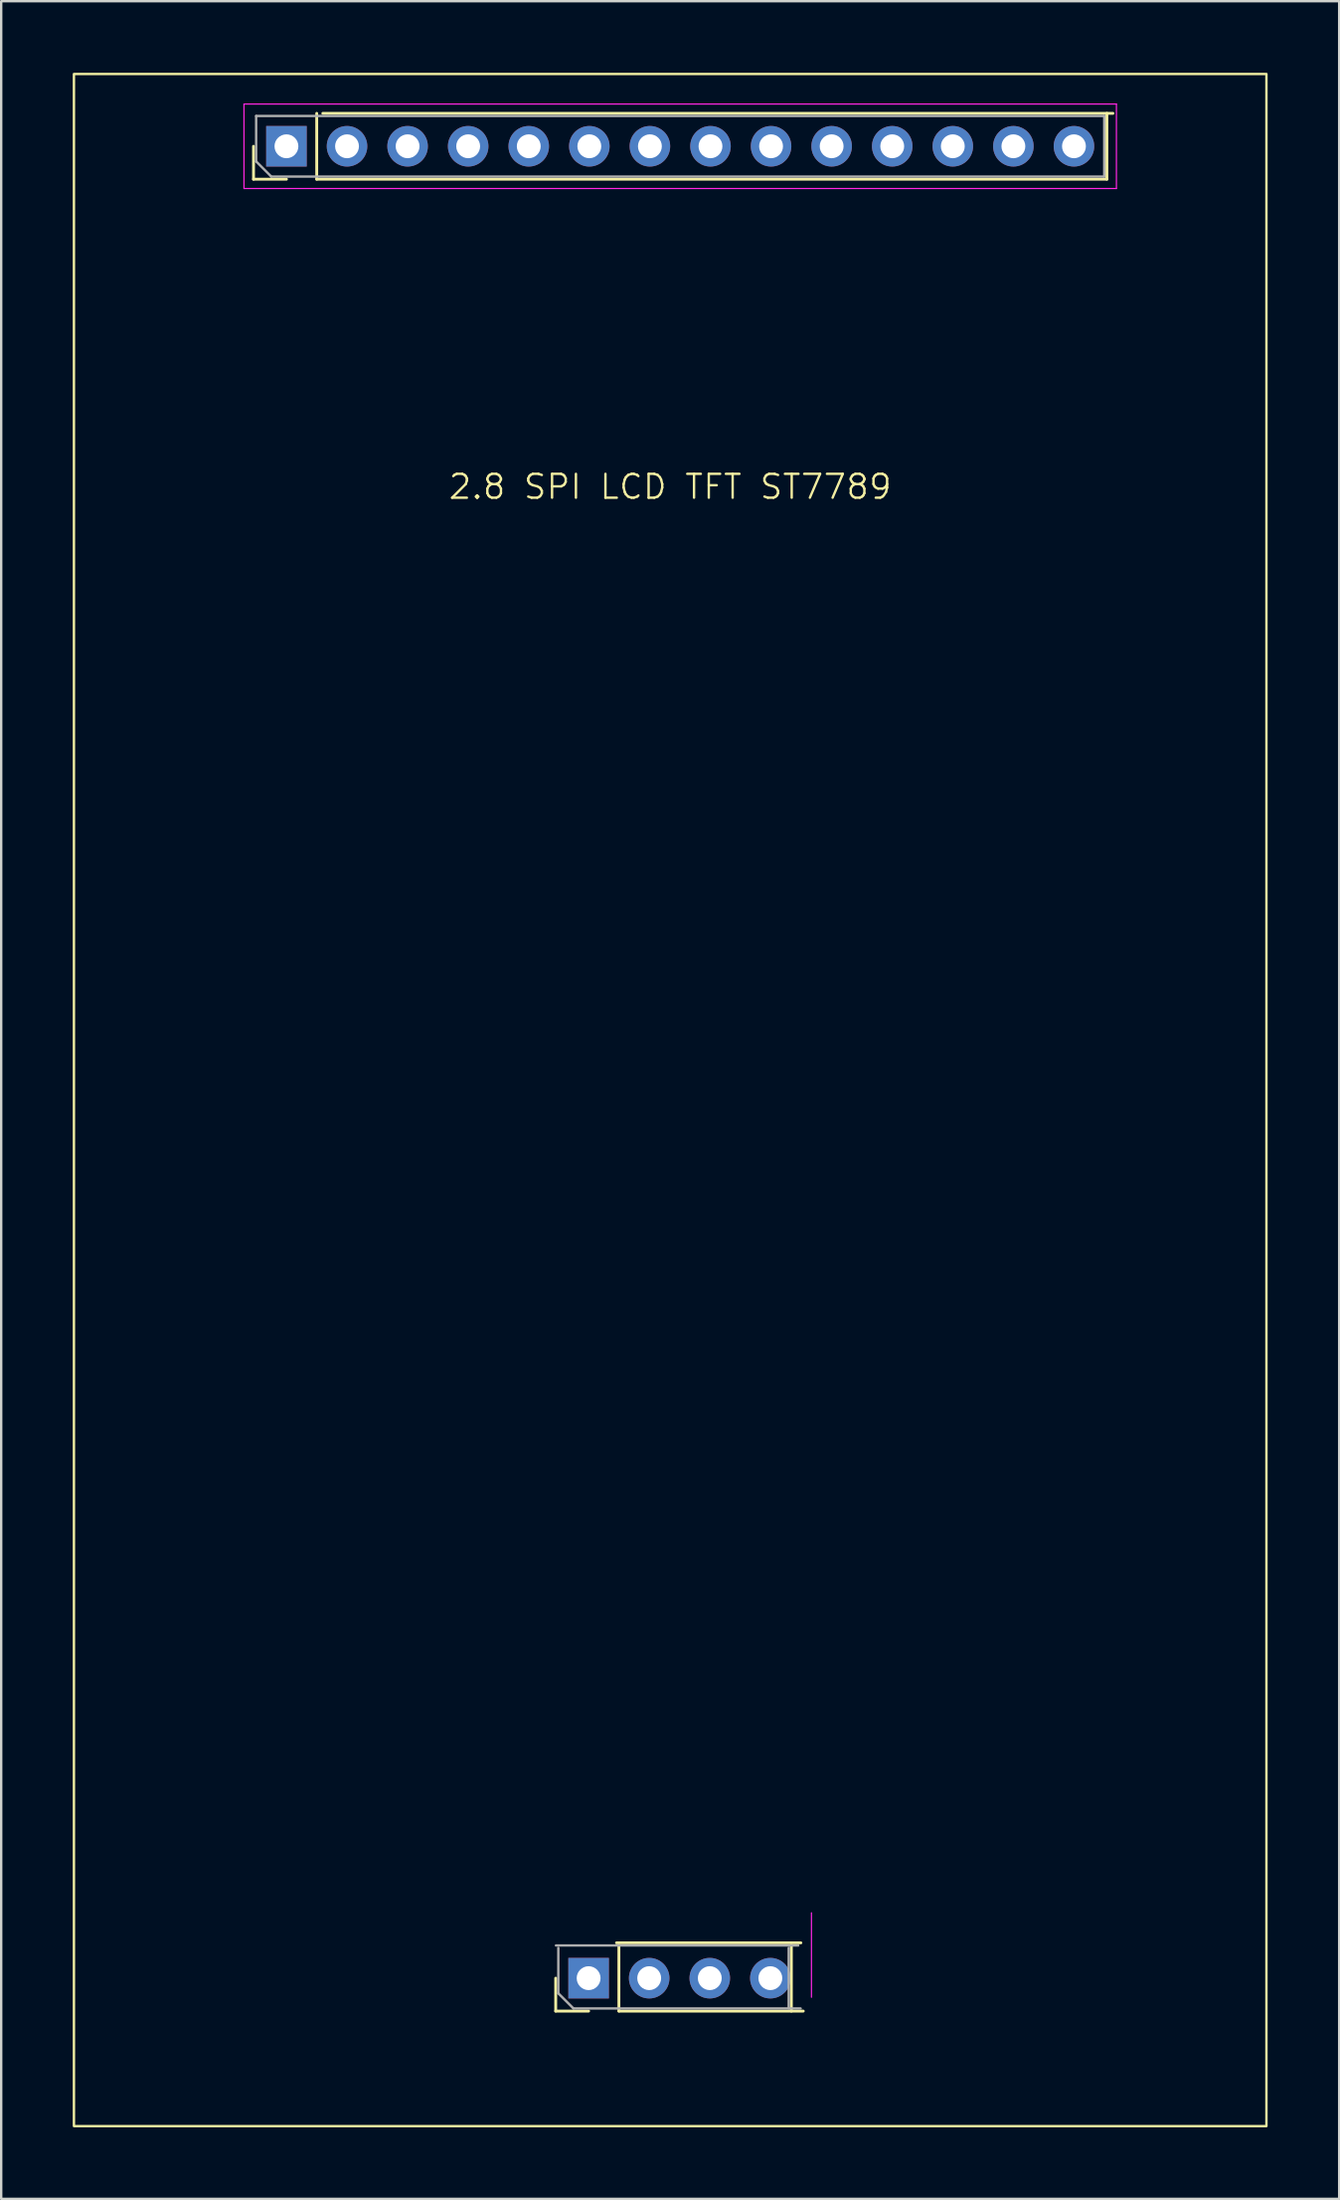
<source format=kicad_pcb>
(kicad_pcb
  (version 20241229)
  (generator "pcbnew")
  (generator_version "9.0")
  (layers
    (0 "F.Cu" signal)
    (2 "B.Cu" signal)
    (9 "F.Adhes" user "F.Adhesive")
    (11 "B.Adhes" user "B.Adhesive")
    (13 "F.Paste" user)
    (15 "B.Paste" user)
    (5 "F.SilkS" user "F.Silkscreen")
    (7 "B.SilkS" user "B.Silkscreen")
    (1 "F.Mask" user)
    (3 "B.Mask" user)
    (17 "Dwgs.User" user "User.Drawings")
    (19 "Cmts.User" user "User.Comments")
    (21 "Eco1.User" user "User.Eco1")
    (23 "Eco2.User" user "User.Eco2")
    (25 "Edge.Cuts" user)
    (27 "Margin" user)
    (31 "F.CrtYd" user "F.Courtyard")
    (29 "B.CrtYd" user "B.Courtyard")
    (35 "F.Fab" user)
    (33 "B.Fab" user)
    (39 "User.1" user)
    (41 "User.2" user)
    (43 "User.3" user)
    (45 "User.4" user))
  (footprint "2.8 SPI LCD TFT ST7789"
    (layer "F.Cu")
    (at 25.05 17.85)
    (property "Reference" "2.8 SPI LCD TFT ST7789" (at 0 -0.5 0) (unlocked yes) (layer "F.SilkS") (effects (font (size 1 1) (thickness 0.1))))
    (attr smd)
    (fp_line (start -17.47 -13.39) (end -17.47 -14.77) (stroke (width 0.12) (type solid)) (layer "F.SilkS"))
    (fp_line (start -16.09 -13.39) (end -17.47 -13.39) (stroke (width 0.12) (type solid)) (layer "F.SilkS"))
    (fp_line (start -14.82 -13.39) (end -14.82 -16.15) (stroke (width 0.12) (type solid)) (layer "F.SilkS"))
    (fp_line (start -14.82 -13.39) (end 18.31 -13.39) (stroke (width 0.12) (type solid)) (layer "F.SilkS"))
    (fp_line (start -14.565 -16.15) (end 18.565 -16.15) (stroke (width 0.12) (type solid)) (layer "F.SilkS"))
    (fp_line (start -4.8 63.38) (end -4.8 62) (stroke (width 0.12) (type solid)) (layer "F.SilkS"))
    (fp_line (start -3.42 63.38) (end -4.8 63.38) (stroke (width 0.12) (type solid)) (layer "F.SilkS"))
    (fp_line (start -2.25 60.52) (end 5.48 60.52) (stroke (width 0.12) (type solid)) (layer "F.SilkS"))
    (fp_line (start -2.15 63.38) (end -2.15 60.62) (stroke (width 0.12) (type solid)) (layer "F.SilkS"))
    (fp_line (start -2.15 63.38) (end 5.58 63.38) (stroke (width 0.12) (type solid)) (layer "F.SilkS"))
    (fp_line (start 5.08 63.38) (end 5.08 60.62) (stroke (width 0.12) (type solid)) (layer "F.SilkS"))
    (fp_line (start 18.31 -13.39) (end 18.31 -16.15) (stroke (width 0.12) (type solid)) (layer "F.SilkS"))
    (fp_rect (start -25 -17.8) (end 25 68.2) (stroke (width 0.1) (type solid)) (fill no) (layer "F.SilkS"))
    (fp_line (start -17.87 -16.54) (end -17.87 -13) (stroke (width 0.05) (type solid)) (layer "F.CrtYd"))
    (fp_line (start -17.87 -13) (end 18.71 -13) (stroke (width 0.05) (type solid)) (layer "F.CrtYd"))
    (fp_line (start 5.923 62.8) (end 5.923 59.26) (stroke (width 0.05) (type solid)) (layer "F.CrtYd"))
    (fp_line (start 18.71 -16.54) (end -17.87 -16.54) (stroke (width 0.05) (type solid)) (layer "F.CrtYd"))
    (fp_line (start 18.71 -13) (end 18.71 -16.54) (stroke (width 0.05) (type solid)) (layer "F.CrtYd"))
    (fp_line (start -17.36 -16.04) (end 18.2 -16.04) (stroke (width 0.1) (type solid)) (layer "F.Fab"))
    (fp_line (start -17.36 -14.135) (end -17.36 -16.04) (stroke (width 0.1) (type solid)) (layer "F.Fab"))
    (fp_line (start -16.725 -13.5) (end -17.36 -14.135) (stroke (width 0.1) (type solid)) (layer "F.Fab"))
    (fp_line (start -4.79 60.63) (end 5.37 60.63) (stroke (width 0.1) (type solid)) (layer "F.Fab"))
    (fp_line (start -4.69 62.635) (end -4.69 60.73) (stroke (width 0.1) (type solid)) (layer "F.Fab"))
    (fp_line (start -4.055 63.27) (end -4.69 62.635) (stroke (width 0.1) (type solid)) (layer "F.Fab"))
    (fp_line (start 4.97 60.73) (end 4.97 63.27) (stroke (width 0.1) (type solid)) (layer "F.Fab"))
    (fp_line (start 5.47 63.27) (end -4.055 63.27) (stroke (width 0.1) (type solid)) (layer "F.Fab"))
    (fp_line (start 18.2 -16.04) (end 18.2 -13.5) (stroke (width 0.1) (type solid)) (layer "F.Fab"))
    (fp_line (start 18.2 -13.5) (end -16.725 -13.5) (stroke (width 0.1) (type solid)) (layer "F.Fab"))
    (pad "1" thru_hole rect (at -16.09 -14.77 90) (size 1.7 1.7) (drill 1) (layers "*.Cu" "*.Mask"))
    (pad "2" thru_hole circle (at -13.55 -14.77 90) (size 1.7 1.7) (drill 1) (layers "*.Cu" "*.Mask"))
    (pad "3" thru_hole circle (at -11.01 -14.77 90) (size 1.7 1.7) (drill 1) (layers "*.Cu" "*.Mask"))
    (pad "4" thru_hole circle (at -8.47 -14.77 90) (size 1.7 1.7) (drill 1) (layers "*.Cu" "*.Mask"))
    (pad "5" thru_hole circle (at -5.93 -14.77 90) (size 1.7 1.7) (drill 1) (layers "*.Cu" "*.Mask"))
    (pad "6" thru_hole circle (at -3.39 -14.77 90) (size 1.7 1.7) (drill 1) (layers "*.Cu" "*.Mask"))
    (pad "7" thru_hole circle (at -0.85 -14.77 90) (size 1.7 1.7) (drill 1) (layers "*.Cu" "*.Mask"))
    (pad "8" thru_hole circle (at 1.69 -14.77 90) (size 1.7 1.7) (drill 1) (layers "*.Cu" "*.Mask"))
    (pad "9" thru_hole circle (at 4.23 -14.77 90) (size 1.7 1.7) (drill 1) (layers "*.Cu" "*.Mask"))
    (pad "10" thru_hole circle (at 6.77 -14.77 90) (size 1.7 1.7) (drill 1) (layers "*.Cu" "*.Mask"))
    (pad "11" thru_hole circle (at 9.31 -14.77 90) (size 1.7 1.7) (drill 1) (layers "*.Cu" "*.Mask"))
    (pad "12" thru_hole circle (at 11.85 -14.77 90) (size 1.7 1.7) (drill 1) (layers "*.Cu" "*.Mask"))
    (pad "13" thru_hole circle (at 14.39 -14.77 90) (size 1.7 1.7) (drill 1) (layers "*.Cu" "*.Mask"))
    (pad "14" thru_hole circle (at 16.93 -14.77 90) (size 1.7 1.7) (drill 1) (layers "*.Cu" "*.Mask"))
    (pad "15" thru_hole rect (at -3.42 62 90) (size 1.7 1.7) (drill 1) (layers "*.Cu" "*.Mask"))
    (pad "16" thru_hole circle (at -0.88 62 90) (size 1.7 1.7) (drill 1) (layers "*.Cu" "*.Mask"))
    (pad "17" thru_hole circle (at 1.66 62 90) (size 1.7 1.7) (drill 1) (layers "*.Cu" "*.Mask"))
    (pad "18" thru_hole circle (at 4.2 62 90) (size 1.7 1.7) (drill 1) (layers "*.Cu" "*.Mask")))
  (gr_rect
    (start -3 -3)
    (end 53.1 89.1)
    (stroke (width 0.1) (type default))
    (fill no)
    (layer "Edge.Cuts")))
</source>
